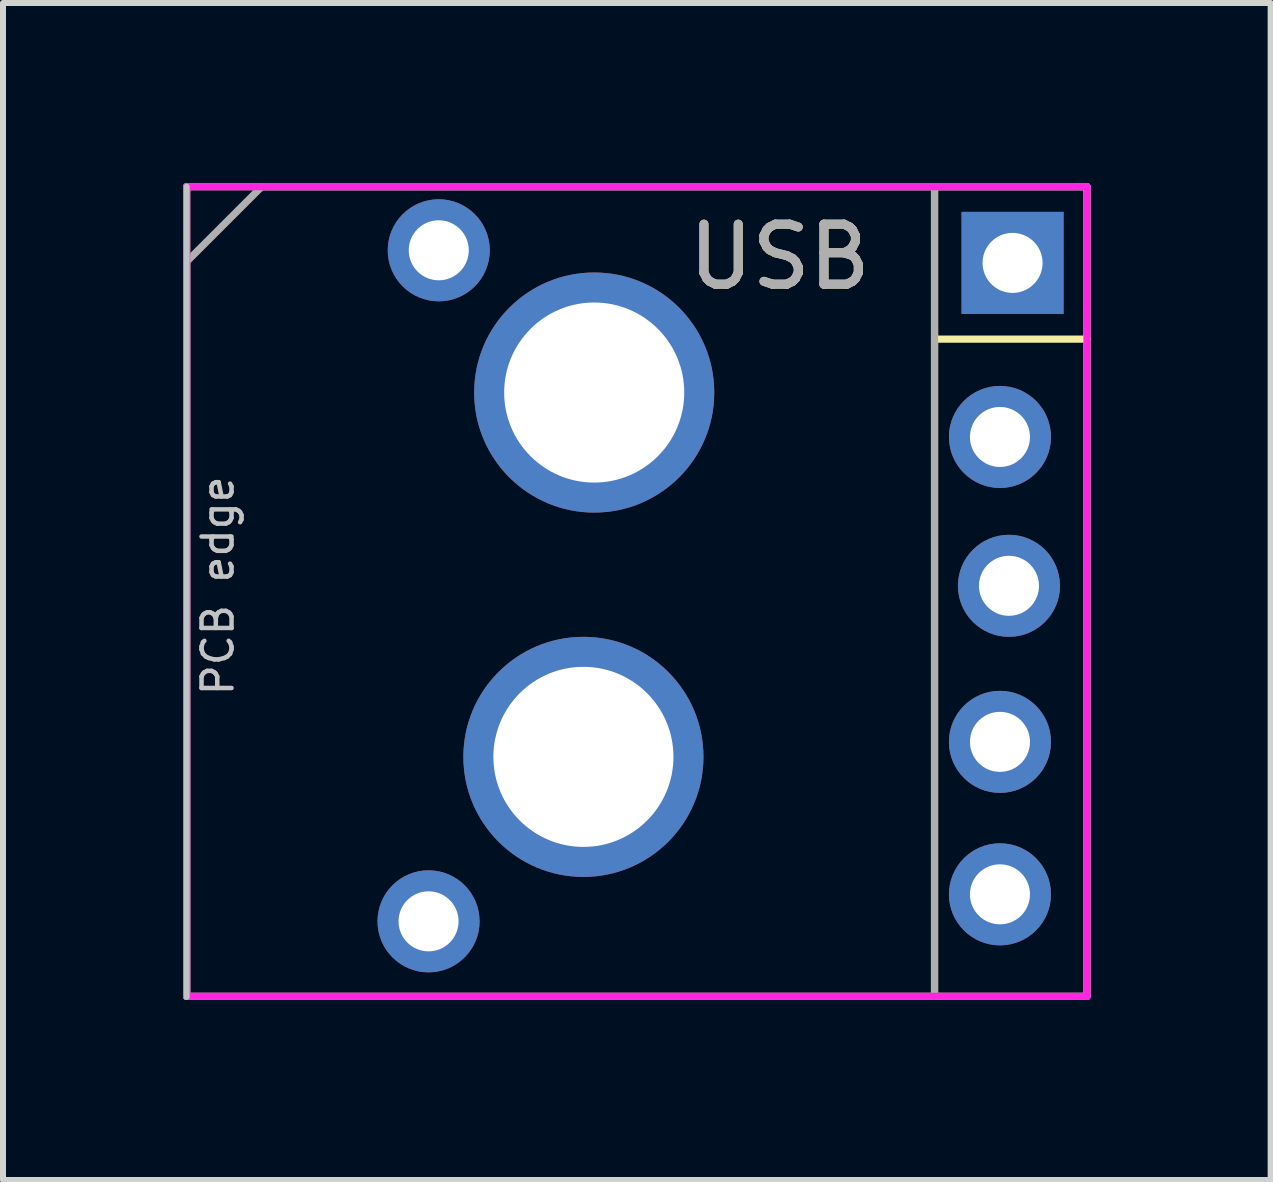
<source format=kicad_pcb>
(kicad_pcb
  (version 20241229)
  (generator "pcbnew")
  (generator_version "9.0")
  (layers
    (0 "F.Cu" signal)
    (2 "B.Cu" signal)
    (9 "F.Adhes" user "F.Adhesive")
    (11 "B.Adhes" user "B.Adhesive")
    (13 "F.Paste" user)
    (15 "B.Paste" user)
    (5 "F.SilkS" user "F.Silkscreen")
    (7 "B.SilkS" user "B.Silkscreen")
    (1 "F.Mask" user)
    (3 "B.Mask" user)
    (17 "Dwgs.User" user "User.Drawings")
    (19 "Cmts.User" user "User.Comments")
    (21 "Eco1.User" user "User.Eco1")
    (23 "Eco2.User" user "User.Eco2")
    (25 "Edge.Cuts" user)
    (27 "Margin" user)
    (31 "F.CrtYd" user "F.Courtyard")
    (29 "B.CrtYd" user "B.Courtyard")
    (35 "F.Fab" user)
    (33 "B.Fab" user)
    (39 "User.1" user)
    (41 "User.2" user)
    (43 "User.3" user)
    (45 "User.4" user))
  (footprint "USB"
    (layer "F.Cu")
    (at 9.56 6.71)
    (property "Reference" "USB" (at 0.38 -5.48 0) (layer "F.SilkS") (effects (font (size 1 1) (thickness 0.15))))
    (attr smd)
    (fp_line (start -9.5 -6.65) (end -9.5 6.84) (stroke (width 0.12) (type solid)) (layer "F.SilkS"))
    (fp_line (start -9.5 6.84) (end 5.5 6.84) (stroke (width 0.12) (type solid)) (layer "F.SilkS"))
    (fp_line (start 2.96 6.84) (end 2.96 -6.65) (stroke (width 0.12) (type solid)) (layer "F.SilkS"))
    (fp_line (start 5.5 -6.65) (end -9.5 -6.65) (stroke (width 0.12) (type solid)) (layer "F.SilkS"))
    (fp_line (start 5.5 -6.65) (end 5.5 6.84) (stroke (width 0.12) (type solid)) (layer "F.SilkS"))
    (fp_line (start 5.5 -4.11) (end 2.96 -4.11) (stroke (width 0.12) (type solid)) (layer "F.SilkS"))
    (fp_line (start -9.5 -6.65) (end -9.5 6.85) (stroke (width 0.1) (type solid)) (layer "Dwgs.User"))
    (fp_line (start -9.5 -6.65) (end -9.5 6.84) (stroke (width 0.12) (type solid)) (layer "F.CrtYd"))
    (fp_line (start -9.5 6.84) (end 5.5 6.84) (stroke (width 0.12) (type solid)) (layer "F.CrtYd"))
    (fp_line (start 5.5 -6.65) (end -9.49 -6.65) (stroke (width 0.12) (type solid)) (layer "F.CrtYd"))
    (fp_line (start 5.5 6.84) (end 5.5 -6.65) (stroke (width 0.12) (type solid)) (layer "F.CrtYd"))
    (fp_line (start -9.5 -5.4) (end -9.5 6.84) (stroke (width 0.12) (type solid)) (layer "F.Fab"))
    (fp_line (start -8.25 -6.65) (end -9.5 -5.4) (stroke (width 0.12) (type solid)) (layer "F.Fab"))
    (fp_line (start 2.96 -6.65) (end 2.96 6.84) (stroke (width 0.12) (type solid)) (layer "F.Fab"))
    (fp_line (start 5.49 -6.65) (end -8.25 -6.65) (stroke (width 0.12) (type solid)) (layer "F.Fab"))
    (fp_line (start 5.5 -6.66) (end 5.5 6.85) (stroke (width 0.1) (type solid)) (layer "F.Fab"))
    (fp_line (start 5.5 6.85) (end -9.51 6.85) (stroke (width 0.1) (type solid)) (layer "F.Fab"))
    (fp_text user "PCB edge" (at -8.98 0 270) (layer "Dwgs.User") (effects (font (size 0.5 0.5) (thickness 0.075))))
    (fp_text user "${REFERENCE}" (at 0.38 -5.48 0) (layer "F.Fab") (effects (font (size 1 1) (thickness 0.15))))
    (pad "1" thru_hole rect (at 4.26 -5.38) (size 1.7 1.7) (drill 1) (layers "*.Cu" "*.Mask"))
    (pad "2" thru_hole oval (at 4.05 -2.48) (size 1.7 1.7) (drill 1) (layers "*.Cu" "*.Mask"))
    (pad "3" thru_hole oval (at 4.2 0) (size 1.7 1.7) (drill 1) (layers "*.Cu" "*.Mask"))
    (pad "4" thru_hole oval (at 4.05 2.6) (size 1.7 1.7) (drill 1) (layers "*.Cu" "*.Mask"))
    (pad "5" thru_hole oval (at -5.47 5.59) (size 1.7 1.7) (drill 1) (layers "*.Cu" "*.Mask"))
    (pad "5" thru_hole oval (at -5.3 -5.59) (size 1.7 1.7) (drill 1) (layers "*.Cu" "*.Mask"))
    (pad "5" thru_hole oval (at 4.05 5.14) (size 1.7 1.7) (drill 1) (layers "*.Cu" "*.Mask"))
    (pad "6" thru_hole circle (at -2.89 2.85) (size 4 4) (drill 3) (layers "*.Cu" "*.Mask"))
    (pad "6" thru_hole circle (at -2.71 -3.22) (size 4 4) (drill 3) (layers "*.Cu" "*.Mask")))
  (gr_rect
    (start -3 -3)
    (end 18.12 16.61)
    (stroke (width 0.1) (type default))
    (fill no)
    (layer "Edge.Cuts")))
</source>
